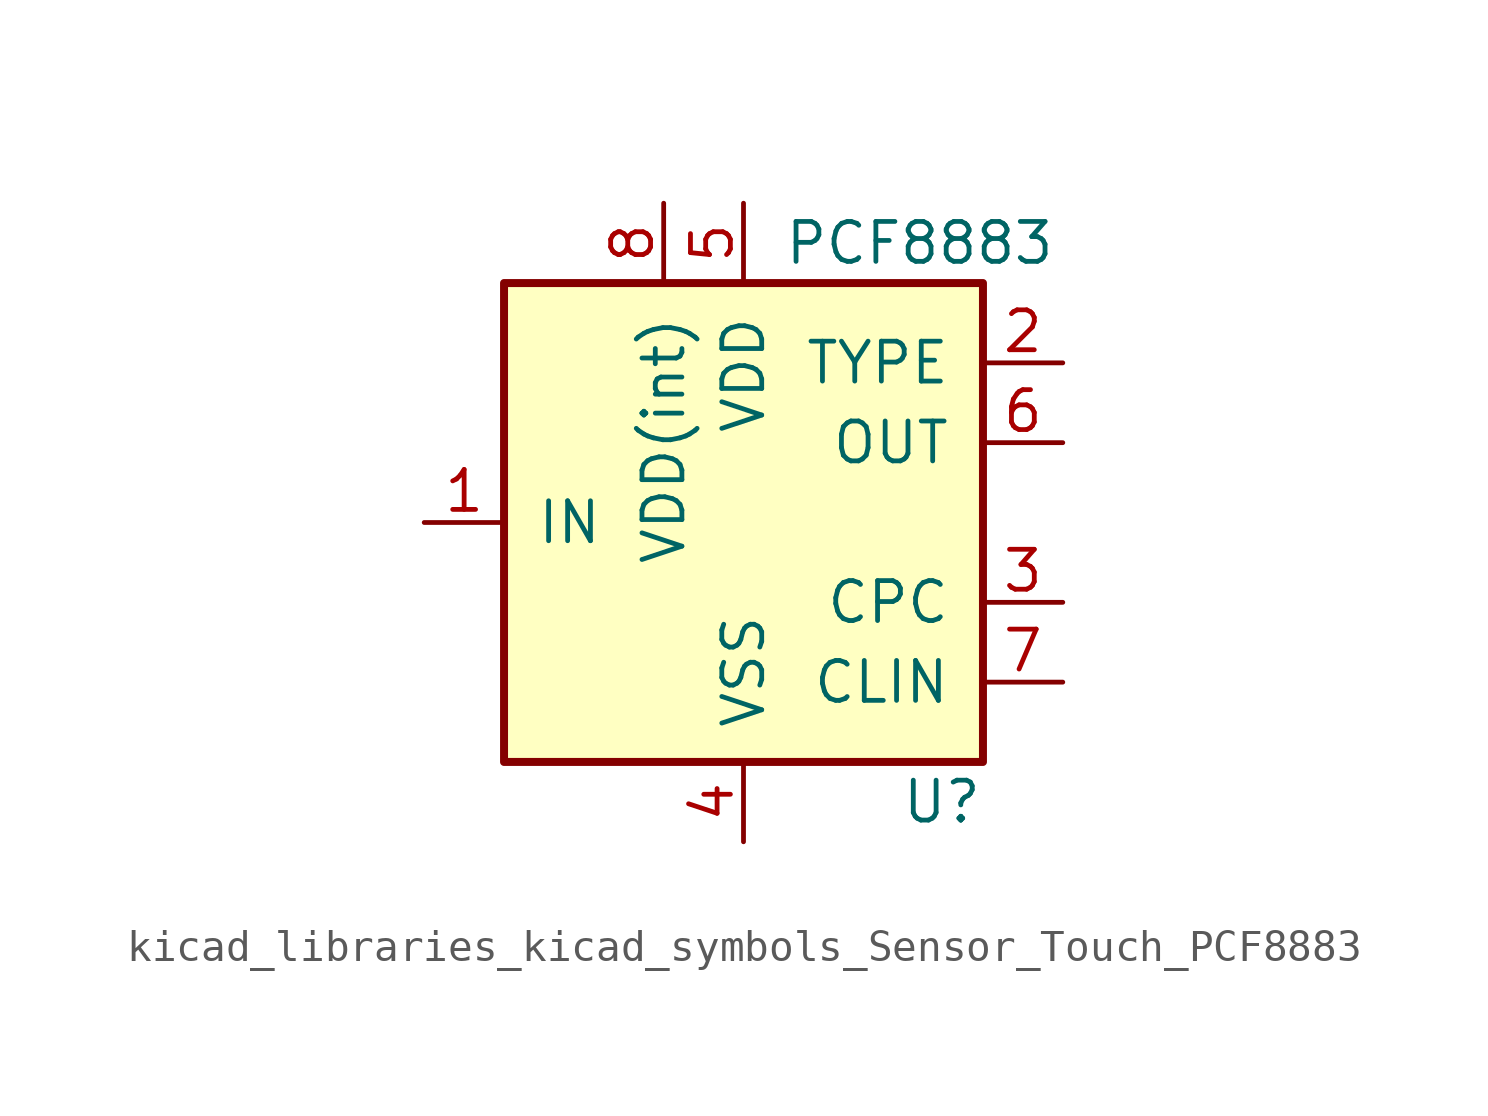
<source format=kicad_sym>
(kicad_symbol_lib
  (version 20220914)
  (generator kicad_symbol_editor)
  (symbol "kicad_libraries_kicad_symbols_Sensor_Touch_PCF8883"
    (pin_names
      (offset 1.016))
    (property "Reference" "U"
      (at 7.62 -8.89 0)
      (effects (font (size 1.27 1.27)) (justify right)))
    (property "Value" "PCF8883"
      (at 1.27 8.89 0)
      (effects (font (size 1.27 1.27)) (justify left)))
    (symbol "kicad_libraries_kicad_symbols_Sensor_Touch_PCF8883_0_1"
      (rectangle (start 7.62 -7.62) (end -7.62 7.62) (stroke (width 0.254) (type default)) (fill (type background))))
    (symbol "kicad_libraries_kicad_symbols_Sensor_Touch_PCF8883_1_1"
      (pin input line (at -10.16 0 0) (length 2.54) (name "IN" (effects (font (size 1.27 1.27)))) (number "1" (effects (font (size 1.27 1.27)))))
      (pin input line (at 10.16 5.08 180) (length 2.54) (name "TYPE" (effects (font (size 1.27 1.27)))) (number "2" (effects (font (size 1.27 1.27)))))
      (pin bidirectional line (at 10.16 -2.54 180) (length 2.54) (name "CPC" (effects (font (size 1.27 1.27)))) (number "3" (effects (font (size 1.27 1.27)))))
      (pin power_in line (at 0 -10.16 90) (length 2.54) (name "VSS" (effects (font (size 1.27 1.27)))) (number "4" (effects (font (size 1.27 1.27)))))
      (pin power_in line (at 0 10.16 270) (length 2.54) (name "VDD" (effects (font (size 1.27 1.27)))) (number "5" (effects (font (size 1.27 1.27)))))
      (pin output line (at 10.16 2.54 180) (length 2.54) (name "OUT" (effects (font (size 1.27 1.27)))) (number "6" (effects (font (size 1.27 1.27)))))
      (pin bidirectional line (at 10.16 -5.08 180) (length 2.54) (name "CLIN" (effects (font (size 1.27 1.27)))) (number "7" (effects (font (size 1.27 1.27)))))
      (pin power_out line (at -2.54 10.16 270) (length 2.54) (name "VDD(int)" (effects (font (size 1.27 1.27)))) (number "8" (effects (font (size 1.27 1.27))))))))
</source>
